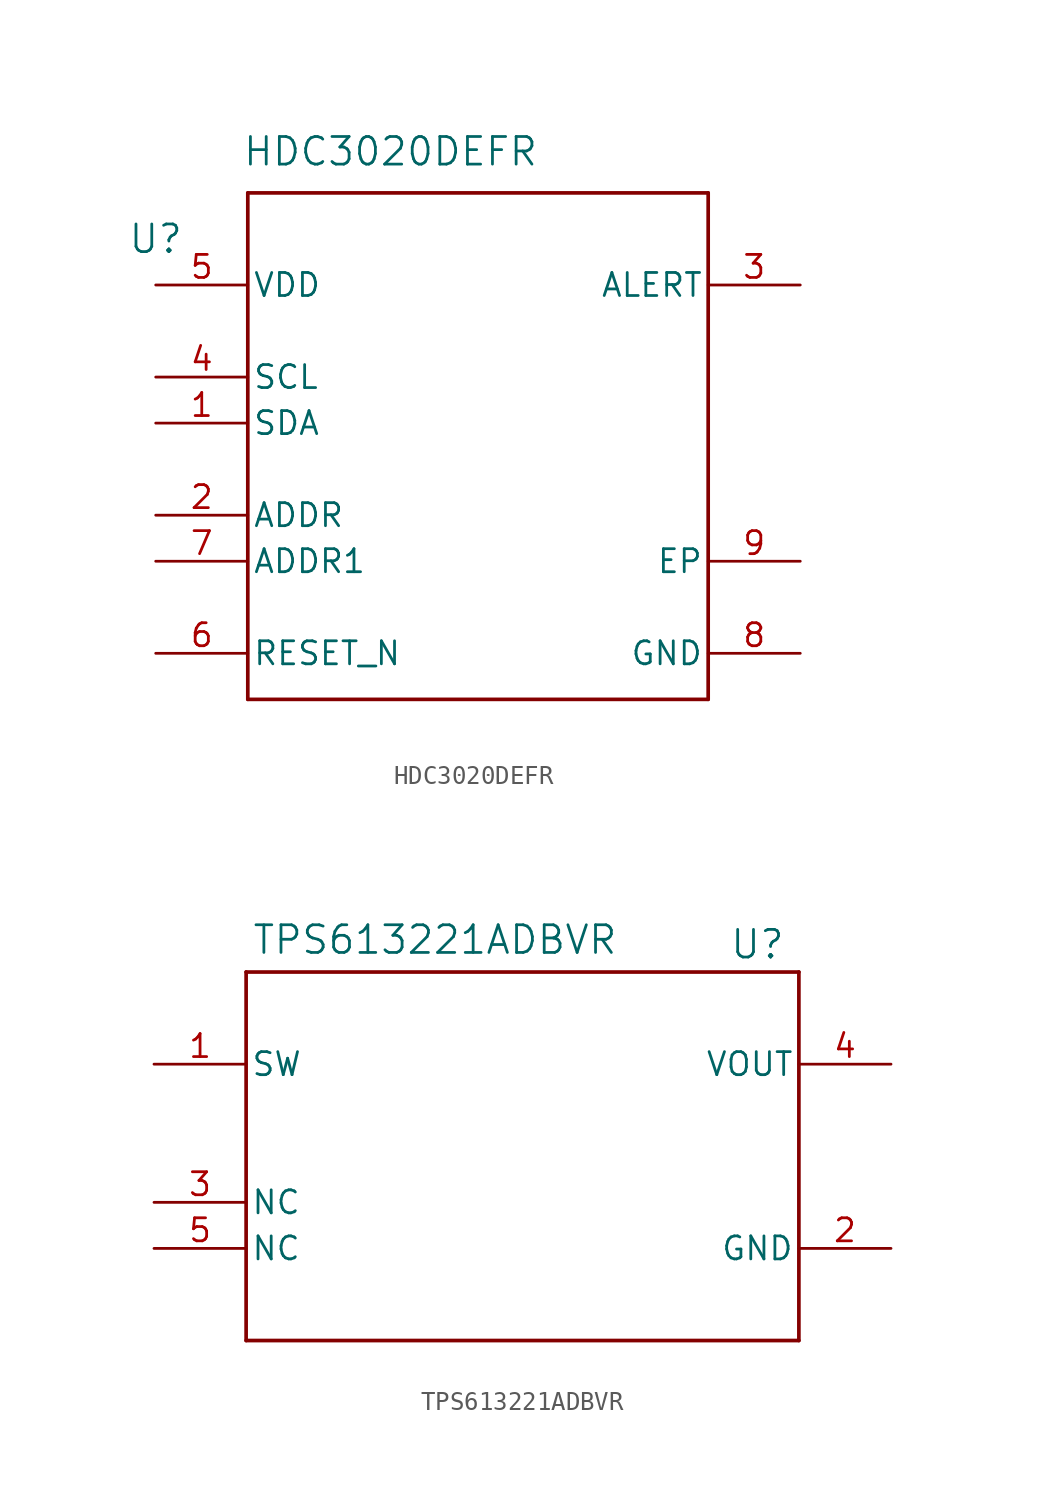
<source format=kicad_sym>
(kicad_symbol_lib
  (version 20231120)
  (generator "kicad_symbol_editor")
  (generator_version "8.0")
  (symbol "HDC3020DEFR"
    (pin_names
      (offset 0.254))
    (property "Reference" "U"
      (at 0 2.54 0)
      (effects (font (size 1.524 1.524))))
    (property "Value" "HDC3020DEFR"
      (at 12.954 7.366 0)
      (effects (font (size 1.524 1.524))))
    (symbol "HDC3020DEFR_0_1"
      (polyline (pts (xy 5.08 -22.86) (xy 30.48 -22.86)) (stroke (width 0.203) (type default)) (fill (type none)))
      (polyline (pts (xy 5.08 5.08) (xy 5.08 -22.86)) (stroke (width 0.203) (type default)) (fill (type none)))
      (polyline (pts (xy 30.48 -22.86) (xy 30.48 5.08)) (stroke (width 0.203) (type default)) (fill (type none)))
      (polyline (pts (xy 30.48 5.08) (xy 5.08 5.08)) (stroke (width 0.203) (type default)) (fill (type none)))
      (pin bidirectional line (at 0 -7.62 0) (length 5.08) (name "SDA" (effects (font (size 1.27 1.27)))) (number "1" (effects (font (size 1.27 1.27)))))
      (pin input line (at 0 -12.7 0) (length 5.08) (name "ADDR" (effects (font (size 1.27 1.27)))) (number "2" (effects (font (size 1.27 1.27)))))
      (pin input line (at 35.56 0 180) (length 5.08) (name "ALERT" (effects (font (size 1.27 1.27)))) (number "3" (effects (font (size 1.27 1.27)))))
      (pin input line (at 0 -5.08 0) (length 5.08) (name "SCL" (effects (font (size 1.27 1.27)))) (number "4" (effects (font (size 1.27 1.27)))))
      (pin power_in line (at 0 0 0) (length 5.08) (name "VDD" (effects (font (size 1.27 1.27)))) (number "5" (effects (font (size 1.27 1.27)))))
      (pin input line (at 0 -20.32 0) (length 5.08) (name "RESET_N" (effects (font (size 1.27 1.27)))) (number "6" (effects (font (size 1.27 1.27)))))
      (pin input line (at 0 -15.24 0) (length 5.08) (name "ADDR1" (effects (font (size 1.27 1.27)))) (number "7" (effects (font (size 1.27 1.27)))))
      (pin power_in line (at 35.56 -20.32 180) (length 5.08) (name "GND" (effects (font (size 1.27 1.27)))) (number "8" (effects (font (size 1.27 1.27)))))
      (pin unspecified line (at 35.56 -15.24 180) (length 5.08) (name "EP" (effects (font (size 1.27 1.27)))) (number "9" (effects (font (size 1.27 1.27)))))))
  (symbol "TPS613221ADBVR"
    (pin_names
      (offset 0.254))
    (property "Reference" "U"
      (at 12.954 11.684 0)
      (effects (font (size 1.524 1.524))))
    (property "Value" "TPS613221ADBVR"
      (at -4.826 11.938 0)
      (effects (font (size 1.524 1.524))))
    (symbol "TPS613221ADBVR_0_1"
      (polyline (pts (xy -15.24 -10.16) (xy 15.24 -10.16)) (stroke (width 0.203) (type default)) (fill (type none)))
      (polyline (pts (xy -15.24 10.16) (xy -15.24 -10.16)) (stroke (width 0.203) (type default)) (fill (type none)))
      (polyline (pts (xy 15.24 -10.16) (xy 15.24 10.16)) (stroke (width 0.203) (type default)) (fill (type none)))
      (polyline (pts (xy 15.24 10.16) (xy -15.24 10.16)) (stroke (width 0.203) (type default)) (fill (type none)))
      (pin power_in line (at -20.32 5.08 0) (length 5.08) (name "SW" (effects (font (size 1.27 1.27)))) (number "1" (effects (font (size 1.27 1.27)))))
      (pin power_in line (at 20.32 -5.08 180) (length 5.08) (name "GND" (effects (font (size 1.27 1.27)))) (number "2" (effects (font (size 1.27 1.27)))))
      (pin unspecified line (at -20.32 -2.54 0) (length 5.08) (name "NC" (effects (font (size 1.27 1.27)))) (number "3" (effects (font (size 1.27 1.27)))))
      (pin power_in line (at 20.32 5.08 180) (length 5.08) (name "VOUT" (effects (font (size 1.27 1.27)))) (number "4" (effects (font (size 1.27 1.27)))))
      (pin unspecified line (at -20.32 -5.08 0) (length 5.08) (name "NC" (effects (font (size 1.27 1.27)))) (number "5" (effects (font (size 1.27 1.27))))))))
</source>
